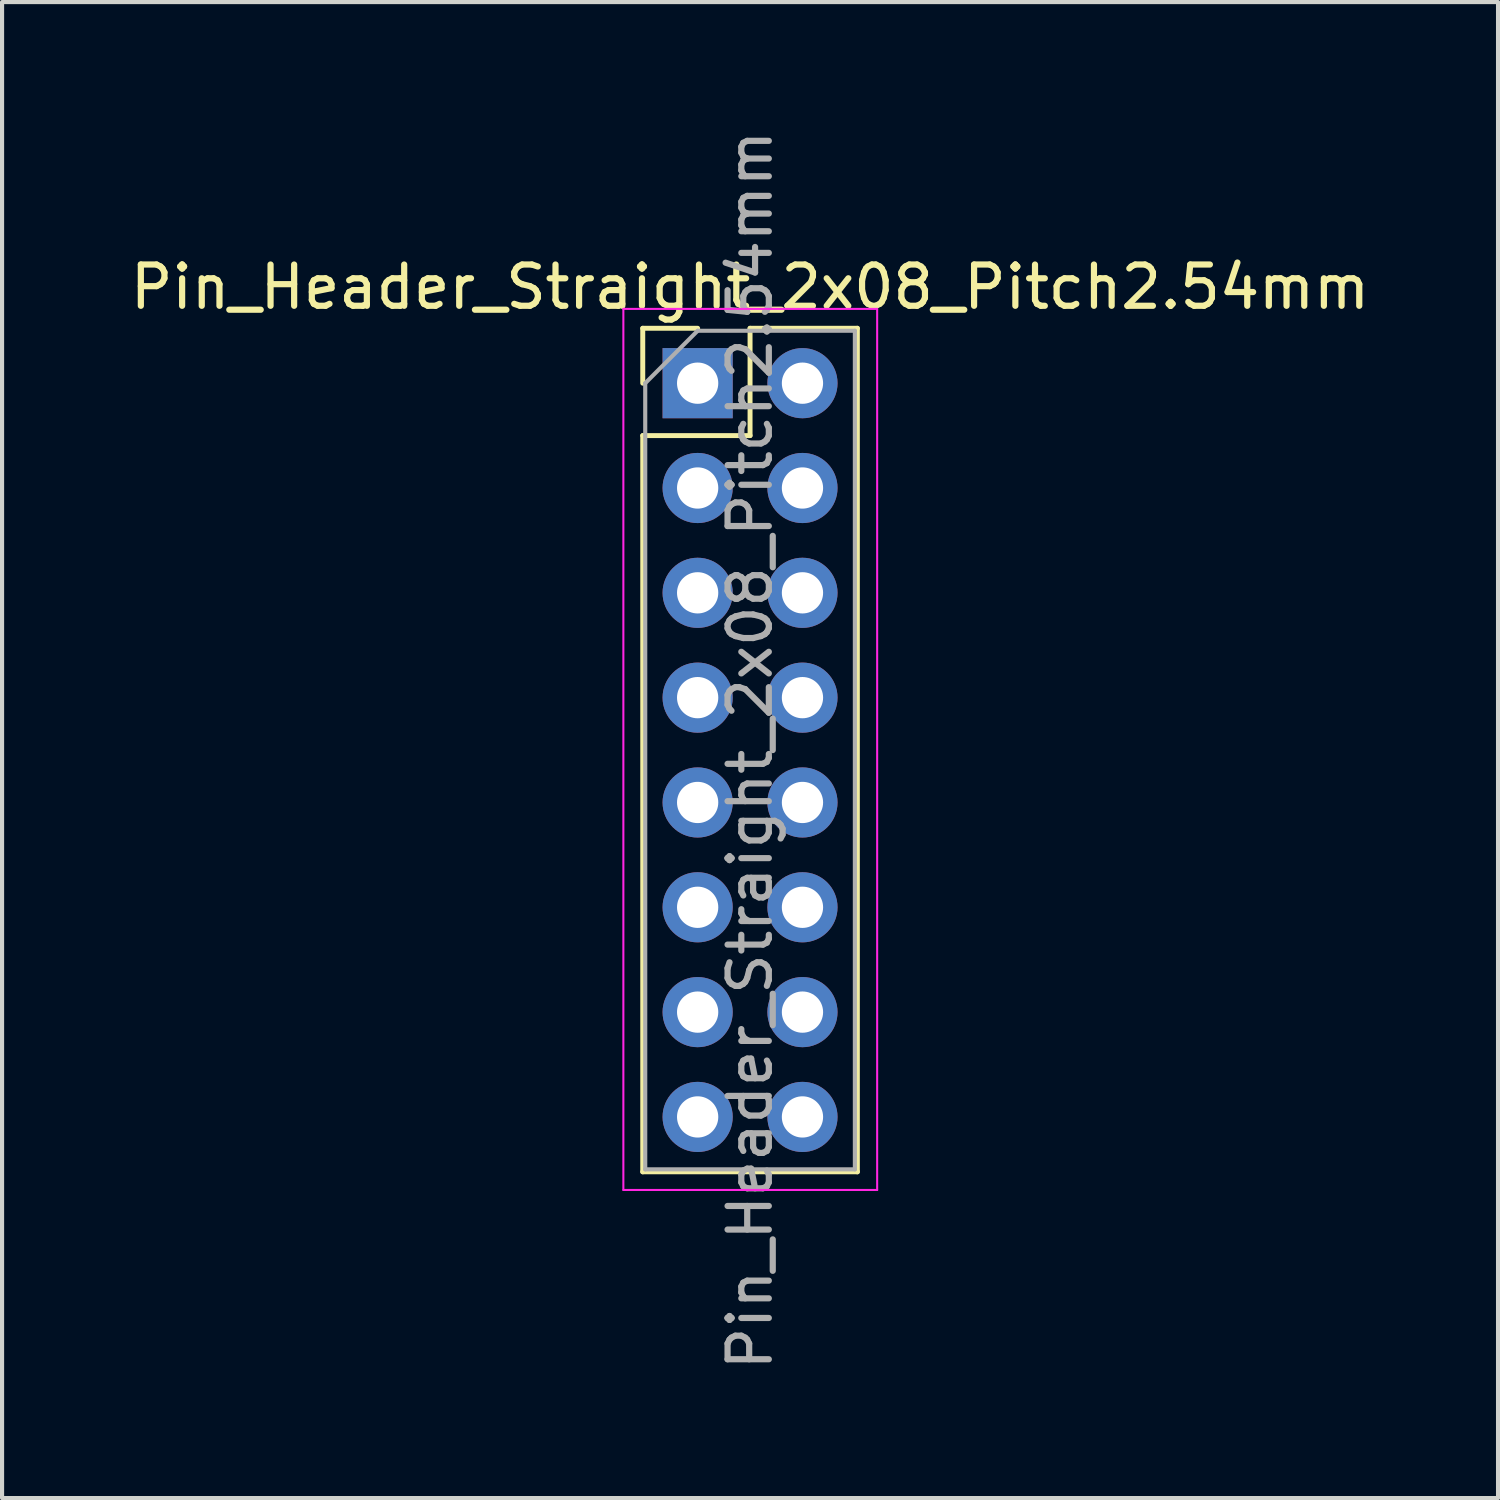
<source format=kicad_pcb>
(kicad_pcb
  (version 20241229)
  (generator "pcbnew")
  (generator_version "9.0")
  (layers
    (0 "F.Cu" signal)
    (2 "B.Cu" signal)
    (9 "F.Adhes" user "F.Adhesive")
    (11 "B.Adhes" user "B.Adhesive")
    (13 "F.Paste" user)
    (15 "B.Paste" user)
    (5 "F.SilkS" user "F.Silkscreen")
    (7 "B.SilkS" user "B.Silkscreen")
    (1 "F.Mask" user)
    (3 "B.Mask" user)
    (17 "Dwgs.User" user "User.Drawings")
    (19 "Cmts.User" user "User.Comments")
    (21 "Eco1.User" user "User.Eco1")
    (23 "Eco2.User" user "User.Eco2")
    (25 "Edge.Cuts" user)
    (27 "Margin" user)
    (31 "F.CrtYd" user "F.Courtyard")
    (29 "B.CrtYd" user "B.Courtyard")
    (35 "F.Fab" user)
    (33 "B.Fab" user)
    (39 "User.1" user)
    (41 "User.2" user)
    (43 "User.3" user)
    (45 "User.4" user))
  (footprint "Pin_Header_Straight_2x08_Pitch2.54mm"
    (layer "F.Cu")
    (at 13.855 6.235)
    (property "Reference" "Pin_Header_Straight_2x08_Pitch2.54mm" (at 1.27 -2.33 0) (layer "F.SilkS") (effects (font (size 1 1) (thickness 0.15))))
    (attr through_hole)
    (fp_line (start -1.33 -1.33) (end 0 -1.33) (stroke (width 0.12) (type solid)) (layer "F.SilkS"))
    (fp_line (start -1.33 0) (end -1.33 -1.33) (stroke (width 0.12) (type solid)) (layer "F.SilkS"))
    (fp_line (start -1.33 1.27) (end -1.33 19.11) (stroke (width 0.12) (type solid)) (layer "F.SilkS"))
    (fp_line (start -1.33 1.27) (end 1.27 1.27) (stroke (width 0.12) (type solid)) (layer "F.SilkS"))
    (fp_line (start -1.33 19.11) (end 3.87 19.11) (stroke (width 0.12) (type solid)) (layer "F.SilkS"))
    (fp_line (start 1.27 -1.33) (end 3.87 -1.33) (stroke (width 0.12) (type solid)) (layer "F.SilkS"))
    (fp_line (start 1.27 1.27) (end 1.27 -1.33) (stroke (width 0.12) (type solid)) (layer "F.SilkS"))
    (fp_line (start 3.87 -1.33) (end 3.87 19.11) (stroke (width 0.12) (type solid)) (layer "F.SilkS"))
    (fp_line (start -1.8 -1.8) (end -1.8 19.55) (stroke (width 0.05) (type solid)) (layer "F.CrtYd"))
    (fp_line (start -1.8 19.55) (end 4.35 19.55) (stroke (width 0.05) (type solid)) (layer "F.CrtYd"))
    (fp_line (start 4.35 -1.8) (end -1.8 -1.8) (stroke (width 0.05) (type solid)) (layer "F.CrtYd"))
    (fp_line (start 4.35 19.55) (end 4.35 -1.8) (stroke (width 0.05) (type solid)) (layer "F.CrtYd"))
    (fp_line (start -1.27 0) (end 0 -1.27) (stroke (width 0.1) (type solid)) (layer "F.Fab"))
    (fp_line (start -1.27 19.05) (end -1.27 0) (stroke (width 0.1) (type solid)) (layer "F.Fab"))
    (fp_line (start 0 -1.27) (end 3.81 -1.27) (stroke (width 0.1) (type solid)) (layer "F.Fab"))
    (fp_line (start 3.81 -1.27) (end 3.81 19.05) (stroke (width 0.1) (type solid)) (layer "F.Fab"))
    (fp_line (start 3.81 19.05) (end -1.27 19.05) (stroke (width 0.1) (type solid)) (layer "F.Fab"))
    (fp_text user "${REFERENCE}" (at 1.27 8.89 90) (layer "F.Fab") (effects (font (size 1 1) (thickness 0.15))))
    (pad "1" thru_hole rect (at 0 0) (size 1.7 1.7) (drill 1) (layers "*.Cu" "*.Mask"))
    (pad "2" thru_hole oval (at 2.54 0) (size 1.7 1.7) (drill 1) (layers "*.Cu" "*.Mask"))
    (pad "3" thru_hole oval (at 0 2.54) (size 1.7 1.7) (drill 1) (layers "*.Cu" "*.Mask"))
    (pad "4" thru_hole oval (at 2.54 2.54) (size 1.7 1.7) (drill 1) (layers "*.Cu" "*.Mask"))
    (pad "5" thru_hole oval (at 0 5.08) (size 1.7 1.7) (drill 1) (layers "*.Cu" "*.Mask"))
    (pad "6" thru_hole oval (at 2.54 5.08) (size 1.7 1.7) (drill 1) (layers "*.Cu" "*.Mask"))
    (pad "7" thru_hole oval (at 0 7.62) (size 1.7 1.7) (drill 1) (layers "*.Cu" "*.Mask"))
    (pad "8" thru_hole oval (at 2.54 7.62) (size 1.7 1.7) (drill 1) (layers "*.Cu" "*.Mask"))
    (pad "9" thru_hole oval (at 0 10.16) (size 1.7 1.7) (drill 1) (layers "*.Cu" "*.Mask"))
    (pad "10" thru_hole oval (at 2.54 10.16) (size 1.7 1.7) (drill 1) (layers "*.Cu" "*.Mask"))
    (pad "11" thru_hole oval (at 0 12.7) (size 1.7 1.7) (drill 1) (layers "*.Cu" "*.Mask"))
    (pad "12" thru_hole oval (at 2.54 12.7) (size 1.7 1.7) (drill 1) (layers "*.Cu" "*.Mask"))
    (pad "13" thru_hole oval (at 0 15.24) (size 1.7 1.7) (drill 1) (layers "*.Cu" "*.Mask"))
    (pad "14" thru_hole oval (at 2.54 15.24) (size 1.7 1.7) (drill 1) (layers "*.Cu" "*.Mask"))
    (pad "15" thru_hole oval (at 0 17.78) (size 1.7 1.7) (drill 1) (layers "*.Cu" "*.Mask"))
    (pad "16" thru_hole oval (at 2.54 17.78) (size 1.7 1.7) (drill 1) (layers "*.Cu" "*.Mask")))
  (gr_rect
    (start -3 -3)
    (end 33.25 33.25)
    (stroke (width 0.1) (type default))
    (fill no)
    (layer "Edge.Cuts")))
</source>
